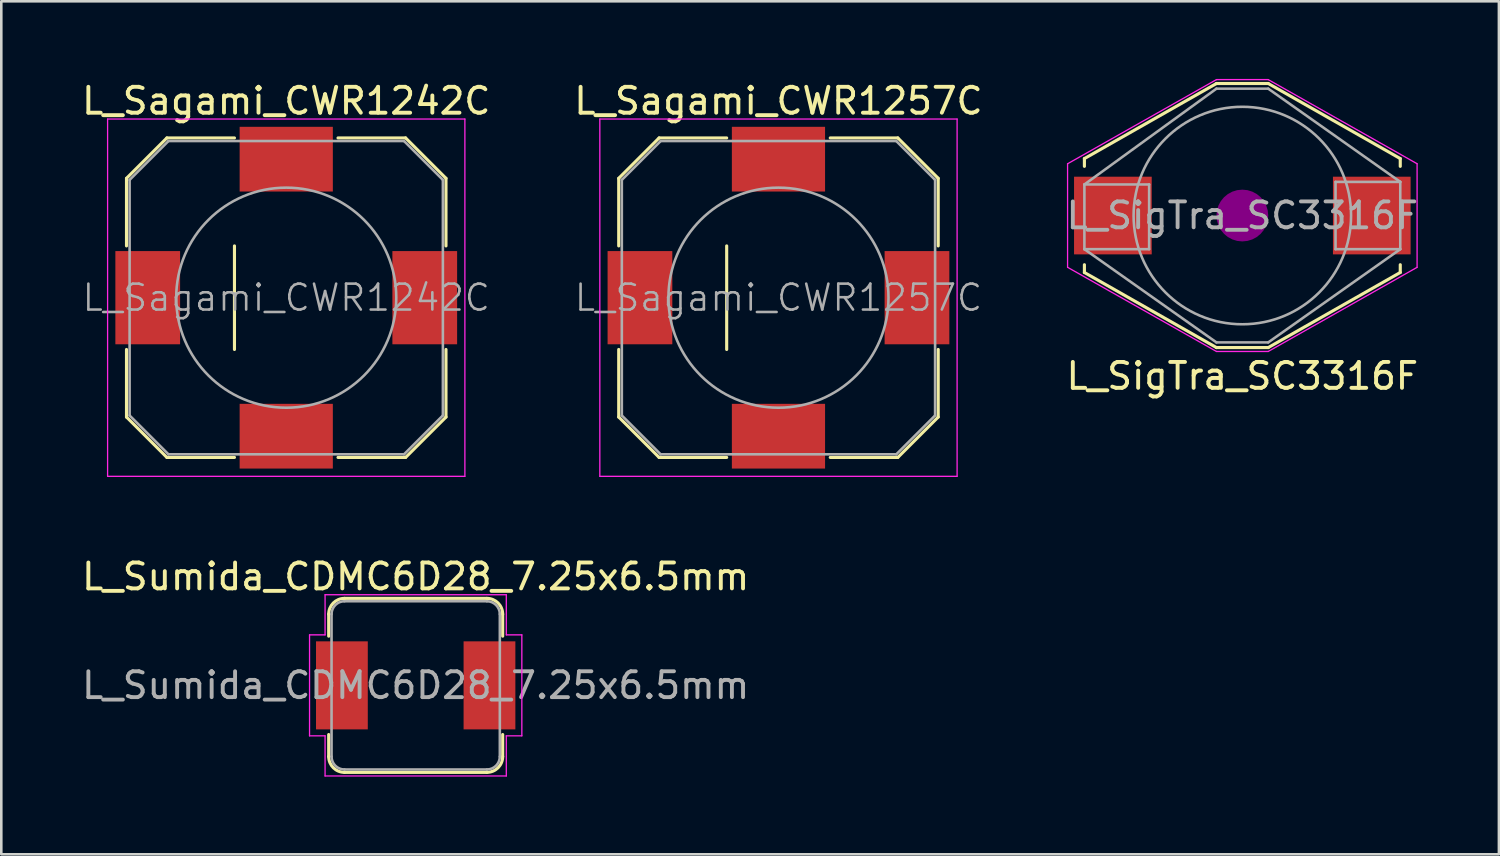
<source format=kicad_pcb>
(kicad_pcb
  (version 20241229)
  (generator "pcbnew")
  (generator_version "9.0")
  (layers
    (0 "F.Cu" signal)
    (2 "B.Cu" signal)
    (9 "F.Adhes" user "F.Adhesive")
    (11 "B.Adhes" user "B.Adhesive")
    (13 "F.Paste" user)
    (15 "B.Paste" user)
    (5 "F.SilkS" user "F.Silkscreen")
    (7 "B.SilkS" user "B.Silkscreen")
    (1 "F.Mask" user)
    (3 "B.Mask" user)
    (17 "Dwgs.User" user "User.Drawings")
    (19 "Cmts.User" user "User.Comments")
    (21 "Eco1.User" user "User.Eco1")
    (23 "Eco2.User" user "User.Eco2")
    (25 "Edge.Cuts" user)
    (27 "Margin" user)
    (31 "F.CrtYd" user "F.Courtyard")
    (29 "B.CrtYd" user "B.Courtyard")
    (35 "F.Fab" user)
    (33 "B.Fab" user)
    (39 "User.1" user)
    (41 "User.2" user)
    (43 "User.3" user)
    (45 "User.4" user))
  (footprint "L_Sagami_CWR1257C"
    (layer "F.Cu")
    (at 27.018 8.448)
    (property "Reference" "L_Sagami_CWR1257C" (at 0 -7.6 0) (layer "F.SilkS") (effects (font (size 1 1) (thickness 0.15))))
    (attr smd)
    (fp_line (start -6.17 -4.61) (end -6.17 -2) (stroke (width 0.12) (type solid)) (layer "F.SilkS"))
    (fp_line (start -6.17 2) (end -6.17 4.61) (stroke (width 0.12) (type solid)) (layer "F.SilkS"))
    (fp_line (start -4.61 -6.17) (end -6.17 -4.61) (stroke (width 0.12) (type solid)) (layer "F.SilkS"))
    (fp_line (start -4.61 -6.17) (end -2 -6.17) (stroke (width 0.12) (type solid)) (layer "F.SilkS"))
    (fp_line (start -4.61 6.17) (end -6.17 4.61) (stroke (width 0.12) (type solid)) (layer "F.SilkS"))
    (fp_line (start -4.61 6.17) (end -2 6.17) (stroke (width 0.12) (type solid)) (layer "F.SilkS"))
    (fp_line (start -2 -2) (end -2 2) (stroke (width 0.12) (type solid)) (layer "F.SilkS"))
    (fp_line (start 2 6.17) (end 4.61 6.17) (stroke (width 0.12) (type solid)) (layer "F.SilkS"))
    (fp_line (start 4.61 -6.17) (end 2 -6.17) (stroke (width 0.12) (type solid)) (layer "F.SilkS"))
    (fp_line (start 4.61 -6.17) (end 6.17 -4.61) (stroke (width 0.12) (type solid)) (layer "F.SilkS"))
    (fp_line (start 4.61 6.17) (end 6.17 4.61) (stroke (width 0.12) (type solid)) (layer "F.SilkS"))
    (fp_line (start 6.17 -2) (end 6.17 -4.61) (stroke (width 0.12) (type solid)) (layer "F.SilkS"))
    (fp_line (start 6.17 4.61) (end 6.17 2) (stroke (width 0.12) (type solid)) (layer "F.SilkS"))
    (fp_line (start -6.9 -6.9) (end -6.9 6.9) (stroke (width 0.05) (type solid)) (layer "F.CrtYd"))
    (fp_line (start -6.9 -6.9) (end 6.9 -6.9) (stroke (width 0.05) (type solid)) (layer "F.CrtYd"))
    (fp_line (start -6.9 6.9) (end 6.9 6.9) (stroke (width 0.05) (type solid)) (layer "F.CrtYd"))
    (fp_line (start 6.9 -6.9) (end 6.9 6.9) (stroke (width 0.05) (type solid)) (layer "F.CrtYd"))
    (fp_line (start -6.05 -4.55) (end -4.55 -6.05) (stroke (width 0.1) (type solid)) (layer "F.Fab"))
    (fp_line (start -6.05 4.55) (end -6.05 -4.55) (stroke (width 0.1) (type solid)) (layer "F.Fab"))
    (fp_line (start -6.05 4.55) (end -4.55 6.05) (stroke (width 0.1) (type solid)) (layer "F.Fab"))
    (fp_line (start -4.55 -6.05) (end 4.55 -6.05) (stroke (width 0.1) (type solid)) (layer "F.Fab"))
    (fp_line (start 4.55 -6.05) (end 6.05 -4.55) (stroke (width 0.1) (type solid)) (layer "F.Fab"))
    (fp_line (start 4.55 6.05) (end -4.55 6.05) (stroke (width 0.1) (type solid)) (layer "F.Fab"))
    (fp_line (start 4.55 6.05) (end 6.05 4.55) (stroke (width 0.1) (type solid)) (layer "F.Fab"))
    (fp_line (start 6.05 -4.55) (end 6.05 4.55) (stroke (width 0.1) (type solid)) (layer "F.Fab"))
    (fp_circle (center 0 0) (end 4.25 0) (stroke (width 0.1) (type solid)) (fill no) (layer "F.Fab"))
    (fp_text user "${REFERENCE}" (at 0 0 0) (layer "F.Fab") (effects (font (size 1 1) (thickness 0.1))))
    (pad "1" smd rect (at -5.35 0) (size 2.5 3.6) (layers "F.Cu" "F.Mask" "F.Paste"))
    (pad "1" smd rect (at 0 5.35) (size 3.6 2.5) (layers "F.Cu" "F.Mask" "F.Paste"))
    (pad "2" smd rect (at 0 -5.35) (size 3.6 2.5) (layers "F.Cu" "F.Mask" "F.Paste"))
    (pad "2" smd rect (at 5.35 0) (size 2.5 3.6) (layers "F.Cu" "F.Mask" "F.Paste")))
  (footprint "L_SigTra_SC3316F"
    (layer "F.Cu")
    (at 44.935 5.275)
    (property "Reference" "L_SigTra_SC3316F" (at 0 6.2 0) (layer "F.SilkS") (effects (font (size 1 1) (thickness 0.15))))
    (attr smd)
    (fp_line (start -6.1 -2.2) (end -1 -5.1) (stroke (width 0.12) (type solid)) (layer "F.SilkS"))
    (fp_line (start -6.1 -1.9) (end -6.1 -2.2) (stroke (width 0.12) (type solid)) (layer "F.SilkS"))
    (fp_line (start -6.1 1.9) (end -6.1 2.2) (stroke (width 0.12) (type solid)) (layer "F.SilkS"))
    (fp_line (start -6.1 2.2) (end -1 5.1) (stroke (width 0.12) (type solid)) (layer "F.SilkS"))
    (fp_line (start 1 -5.1) (end -1 -5.1) (stroke (width 0.12) (type solid)) (layer "F.SilkS"))
    (fp_line (start 1 5.1) (end -1 5.1) (stroke (width 0.12) (type solid)) (layer "F.SilkS"))
    (fp_line (start 6.1 -2.2) (end 1 -5.1) (stroke (width 0.12) (type solid)) (layer "F.SilkS"))
    (fp_line (start 6.1 -1.9) (end 6.1 -2.2) (stroke (width 0.12) (type solid)) (layer "F.SilkS"))
    (fp_line (start 6.1 1.9) (end 6.1 2.2) (stroke (width 0.12) (type solid)) (layer "F.SilkS"))
    (fp_line (start 6.1 2.2) (end 1 5.1) (stroke (width 0.12) (type solid)) (layer "F.SilkS"))
    (fp_circle (center 0 0) (end 0.5 0) (stroke (width 1) (type solid)) (fill no) (layer "F.Adhes"))
    (fp_line (start -6.75 -2) (end -6.75 2) (stroke (width 0.05) (type solid)) (layer "F.CrtYd"))
    (fp_line (start -6.75 2) (end -1 5.25) (stroke (width 0.05) (type solid)) (layer "F.CrtYd"))
    (fp_line (start -1 -5.25) (end -6.75 -2) (stroke (width 0.05) (type solid)) (layer "F.CrtYd"))
    (fp_line (start -1 -5.25) (end 1 -5.25) (stroke (width 0.05) (type solid)) (layer "F.CrtYd"))
    (fp_line (start -1 5.25) (end 1 5.25) (stroke (width 0.05) (type solid)) (layer "F.CrtYd"))
    (fp_line (start 1 -5.25) (end 6.75 -2) (stroke (width 0.05) (type solid)) (layer "F.CrtYd"))
    (fp_line (start 1 5.25) (end 6.75 2) (stroke (width 0.05) (type solid)) (layer "F.CrtYd"))
    (fp_line (start 6.75 2) (end 6.75 -2) (stroke (width 0.05) (type solid)) (layer "F.CrtYd"))
    (fp_line (start -6.1 -1.2) (end -3.6 -1.2) (stroke (width 0.1) (type solid)) (layer "F.Fab"))
    (fp_line (start -6.1 1.3) (end -6.1 -1.2) (stroke (width 0.1) (type solid)) (layer "F.Fab"))
    (fp_line (start -3.6 -1.2) (end -3.6 0) (stroke (width 0.1) (type solid)) (layer "F.Fab"))
    (fp_line (start -3.6 0) (end -3.6 1.3) (stroke (width 0.1) (type solid)) (layer "F.Fab"))
    (fp_line (start -3.6 1.3) (end -6.1 1.3) (stroke (width 0.1) (type solid)) (layer "F.Fab"))
    (fp_line (start -1 -4.9) (end -6.1 -1.2) (stroke (width 0.1) (type solid)) (layer "F.Fab"))
    (fp_line (start -1 4.9) (end -6.1 1.3) (stroke (width 0.1) (type solid)) (layer "F.Fab"))
    (fp_line (start 1 -4.9) (end -1 -4.9) (stroke (width 0.1) (type solid)) (layer "F.Fab"))
    (fp_line (start 1 -4.9) (end 6.1 -1.3) (stroke (width 0.1) (type solid)) (layer "F.Fab"))
    (fp_line (start 1 4.9) (end -1 4.9) (stroke (width 0.1) (type solid)) (layer "F.Fab"))
    (fp_line (start 3.6 -1.3) (end 6.1 -1.3) (stroke (width 0.1) (type solid)) (layer "F.Fab"))
    (fp_line (start 3.6 1.3) (end 3.6 -1.3) (stroke (width 0.1) (type solid)) (layer "F.Fab"))
    (fp_line (start 6.1 -1.3) (end 6.1 1.3) (stroke (width 0.1) (type solid)) (layer "F.Fab"))
    (fp_line (start 6.1 1.3) (end 1 4.9) (stroke (width 0.1) (type solid)) (layer "F.Fab"))
    (fp_line (start 6.1 1.3) (end 3.6 1.3) (stroke (width 0.1) (type solid)) (layer "F.Fab"))
    (fp_circle (center 0 0) (end 4.2 0) (stroke (width 0.1) (type solid)) (fill no) (layer "F.Fab"))
    (fp_text user "${REFERENCE}" (at 0 0 0) (layer "F.Fab") (effects (font (size 1 1) (thickness 0.15))))
    (pad "1" smd rect (at -5 0) (size 3 3) (layers "F.Cu" "F.Mask" "F.Paste"))
    (pad "2" smd rect (at 5 0) (size 3 3) (layers "F.Cu" "F.Mask" "F.Paste")))
  (footprint "L_Sumida_CDMC6D28_7.25x6.5mm"
    (layer "F.Cu")
    (at 13.006 23.422)
    (property "Reference" "L_Sumida_CDMC6D28_7.25x6.5mm" (at 0 -4.2 0) (layer "F.SilkS") (effects (font (size 1 1) (thickness 0.15))))
    (attr smd)
    (fp_line (start -3.36 -1.9) (end -3.36 -2.75) (stroke (width 0.12) (type solid)) (layer "F.SilkS"))
    (fp_line (start -3.36 2.75) (end -3.36 1.9) (stroke (width 0.12) (type solid)) (layer "F.SilkS"))
    (fp_line (start -2.75 -3.36) (end 2.75 -3.36) (stroke (width 0.12) (type solid)) (layer "F.SilkS"))
    (fp_line (start 2.75 3.36) (end -2.75 3.36) (stroke (width 0.12) (type solid)) (layer "F.SilkS"))
    (fp_line (start 3.36 -2.75) (end 3.36 -1.9) (stroke (width 0.12) (type solid)) (layer "F.SilkS"))
    (fp_line (start 3.36 1.9) (end 3.36 2.75) (stroke (width 0.12) (type solid)) (layer "F.SilkS"))
    (fp_arc (start -3.36 -2.75) (mid -3.181335 -3.181335) (end -2.75 -3.36) (stroke (width 0.12) (type solid)) (layer "F.SilkS"))
    (fp_arc (start -2.75 3.36) (mid -3.181335 3.181335) (end -3.36 2.75) (stroke (width 0.12) (type solid)) (layer "F.SilkS"))
    (fp_arc (start 2.75 -3.36) (mid 3.181335 -3.181335) (end 3.36 -2.75) (stroke (width 0.12) (type solid)) (layer "F.SilkS"))
    (fp_arc (start 3.36 2.75) (mid 3.181335 3.181335) (end 2.75 3.36) (stroke (width 0.12) (type solid)) (layer "F.SilkS"))
    (fp_line (start -4.1 -1.95) (end -3.5 -1.95) (stroke (width 0.05) (type solid)) (layer "F.CrtYd"))
    (fp_line (start -4.1 1.95) (end -4.1 -1.95) (stroke (width 0.05) (type solid)) (layer "F.CrtYd"))
    (fp_line (start -3.5 -3.5) (end 3.5 -3.5) (stroke (width 0.05) (type solid)) (layer "F.CrtYd"))
    (fp_line (start -3.5 -1.95) (end -3.5 -3.5) (stroke (width 0.05) (type solid)) (layer "F.CrtYd"))
    (fp_line (start -3.5 1.95) (end -4.1 1.95) (stroke (width 0.05) (type solid)) (layer "F.CrtYd"))
    (fp_line (start -3.5 3.5) (end -3.5 1.95) (stroke (width 0.05) (type solid)) (layer "F.CrtYd"))
    (fp_line (start 3.5 -3.5) (end 3.5 -1.95) (stroke (width 0.05) (type solid)) (layer "F.CrtYd"))
    (fp_line (start 3.5 -1.95) (end 4.1 -1.95) (stroke (width 0.05) (type solid)) (layer "F.CrtYd"))
    (fp_line (start 3.5 1.95) (end 3.5 3.5) (stroke (width 0.05) (type solid)) (layer "F.CrtYd"))
    (fp_line (start 3.5 3.5) (end -3.5 3.5) (stroke (width 0.05) (type solid)) (layer "F.CrtYd"))
    (fp_line (start 4.1 -1.95) (end 4.1 1.95) (stroke (width 0.05) (type solid)) (layer "F.CrtYd"))
    (fp_line (start 4.1 1.95) (end 3.5 1.95) (stroke (width 0.05) (type solid)) (layer "F.CrtYd"))
    (fp_line (start -3.25 2.75) (end -3.25 -2.75) (stroke (width 0.1) (type solid)) (layer "F.Fab"))
    (fp_line (start -2.75 -3.25) (end 2.75 -3.25) (stroke (width 0.1) (type solid)) (layer "F.Fab"))
    (fp_line (start 2.75 3.25) (end -2.75 3.25) (stroke (width 0.1) (type solid)) (layer "F.Fab"))
    (fp_line (start 3.25 -2.75) (end 3.25 2.75) (stroke (width 0.1) (type solid)) (layer "F.Fab"))
    (fp_arc (start -3.25 -2.75) (mid -3.103553 -3.103553) (end -2.75 -3.25) (stroke (width 0.1) (type solid)) (layer "F.Fab"))
    (fp_arc (start -2.75 3.25) (mid -3.103553 3.103553) (end -3.25 2.75) (stroke (width 0.1) (type solid)) (layer "F.Fab"))
    (fp_arc (start 2.75 -3.25) (mid 3.103553 -3.103553) (end 3.25 -2.75) (stroke (width 0.1) (type solid)) (layer "F.Fab"))
    (fp_arc (start 3.25 2.75) (mid 3.103553 3.103553) (end 2.75 3.25) (stroke (width 0.1) (type solid)) (layer "F.Fab"))
    (fp_text user "${REFERENCE}" (at 0 0 0) (layer "F.Fab") (effects (font (size 1 1) (thickness 0.15))))
    (pad "1" smd rect (at -2.85 0) (size 2 3.4) (layers "F.Cu" "F.Mask" "F.Paste"))
    (pad "2" smd rect (at 2.85 0) (size 2 3.4) (layers "F.Cu" "F.Mask" "F.Paste")))
  (footprint "L_Sagami_CWR1242C"
    (layer "F.Cu")
    (at 8.006 8.448)
    (property "Reference" "L_Sagami_CWR1242C" (at 0 -7.6 0) (layer "F.SilkS") (effects (font (size 1 1) (thickness 0.15))))
    (attr smd)
    (fp_line (start -6.17 -4.61) (end -6.17 -2) (stroke (width 0.12) (type solid)) (layer "F.SilkS"))
    (fp_line (start -6.17 2) (end -6.17 4.61) (stroke (width 0.12) (type solid)) (layer "F.SilkS"))
    (fp_line (start -4.61 -6.17) (end -6.17 -4.61) (stroke (width 0.12) (type solid)) (layer "F.SilkS"))
    (fp_line (start -4.61 -6.17) (end -2 -6.17) (stroke (width 0.12) (type solid)) (layer "F.SilkS"))
    (fp_line (start -4.61 6.17) (end -6.17 4.61) (stroke (width 0.12) (type solid)) (layer "F.SilkS"))
    (fp_line (start -4.61 6.17) (end -2 6.17) (stroke (width 0.12) (type solid)) (layer "F.SilkS"))
    (fp_line (start -2 -2) (end -2 2) (stroke (width 0.12) (type solid)) (layer "F.SilkS"))
    (fp_line (start 2 6.17) (end 4.61 6.17) (stroke (width 0.12) (type solid)) (layer "F.SilkS"))
    (fp_line (start 4.61 -6.17) (end 2 -6.17) (stroke (width 0.12) (type solid)) (layer "F.SilkS"))
    (fp_line (start 4.61 -6.17) (end 6.17 -4.61) (stroke (width 0.12) (type solid)) (layer "F.SilkS"))
    (fp_line (start 4.61 6.17) (end 6.17 4.61) (stroke (width 0.12) (type solid)) (layer "F.SilkS"))
    (fp_line (start 6.17 -2) (end 6.17 -4.61) (stroke (width 0.12) (type solid)) (layer "F.SilkS"))
    (fp_line (start 6.17 4.61) (end 6.17 2) (stroke (width 0.12) (type solid)) (layer "F.SilkS"))
    (fp_line (start -6.9 -6.9) (end -6.9 6.9) (stroke (width 0.05) (type solid)) (layer "F.CrtYd"))
    (fp_line (start -6.9 -6.9) (end 6.9 -6.9) (stroke (width 0.05) (type solid)) (layer "F.CrtYd"))
    (fp_line (start -6.9 6.9) (end 6.9 6.9) (stroke (width 0.05) (type solid)) (layer "F.CrtYd"))
    (fp_line (start 6.9 -6.9) (end 6.9 6.9) (stroke (width 0.05) (type solid)) (layer "F.CrtYd"))
    (fp_line (start -6.05 -4.55) (end -4.55 -6.05) (stroke (width 0.1) (type solid)) (layer "F.Fab"))
    (fp_line (start -6.05 4.55) (end -6.05 -4.55) (stroke (width 0.1) (type solid)) (layer "F.Fab"))
    (fp_line (start -6.05 4.55) (end -4.55 6.05) (stroke (width 0.1) (type solid)) (layer "F.Fab"))
    (fp_line (start -4.55 -6.05) (end 4.55 -6.05) (stroke (width 0.1) (type solid)) (layer "F.Fab"))
    (fp_line (start 4.55 -6.05) (end 6.05 -4.55) (stroke (width 0.1) (type solid)) (layer "F.Fab"))
    (fp_line (start 4.55 6.05) (end -4.55 6.05) (stroke (width 0.1) (type solid)) (layer "F.Fab"))
    (fp_line (start 4.55 6.05) (end 6.05 4.55) (stroke (width 0.1) (type solid)) (layer "F.Fab"))
    (fp_line (start 6.05 -4.55) (end 6.05 4.55) (stroke (width 0.1) (type solid)) (layer "F.Fab"))
    (fp_circle (center 0 0) (end 4.25 0) (stroke (width 0.1) (type solid)) (fill no) (layer "F.Fab"))
    (fp_text user "${REFERENCE}" (at 0 0 0) (layer "F.Fab") (effects (font (size 1 1) (thickness 0.1))))
    (pad "1" smd rect (at -5.35 0) (size 2.5 3.6) (layers "F.Cu" "F.Mask" "F.Paste"))
    (pad "1" smd rect (at 0 5.35) (size 3.6 2.5) (layers "F.Cu" "F.Mask" "F.Paste"))
    (pad "2" smd rect (at 0 -5.35) (size 3.6 2.5) (layers "F.Cu" "F.Mask" "F.Paste"))
    (pad "2" smd rect (at 5.35 0) (size 2.5 3.6) (layers "F.Cu" "F.Mask" "F.Paste")))
  (gr_rect
    (start -3 -3)
    (end 54.845 29.947)
    (stroke (width 0.1) (type default))
    (fill no)
    (layer "Edge.Cuts")))
</source>
